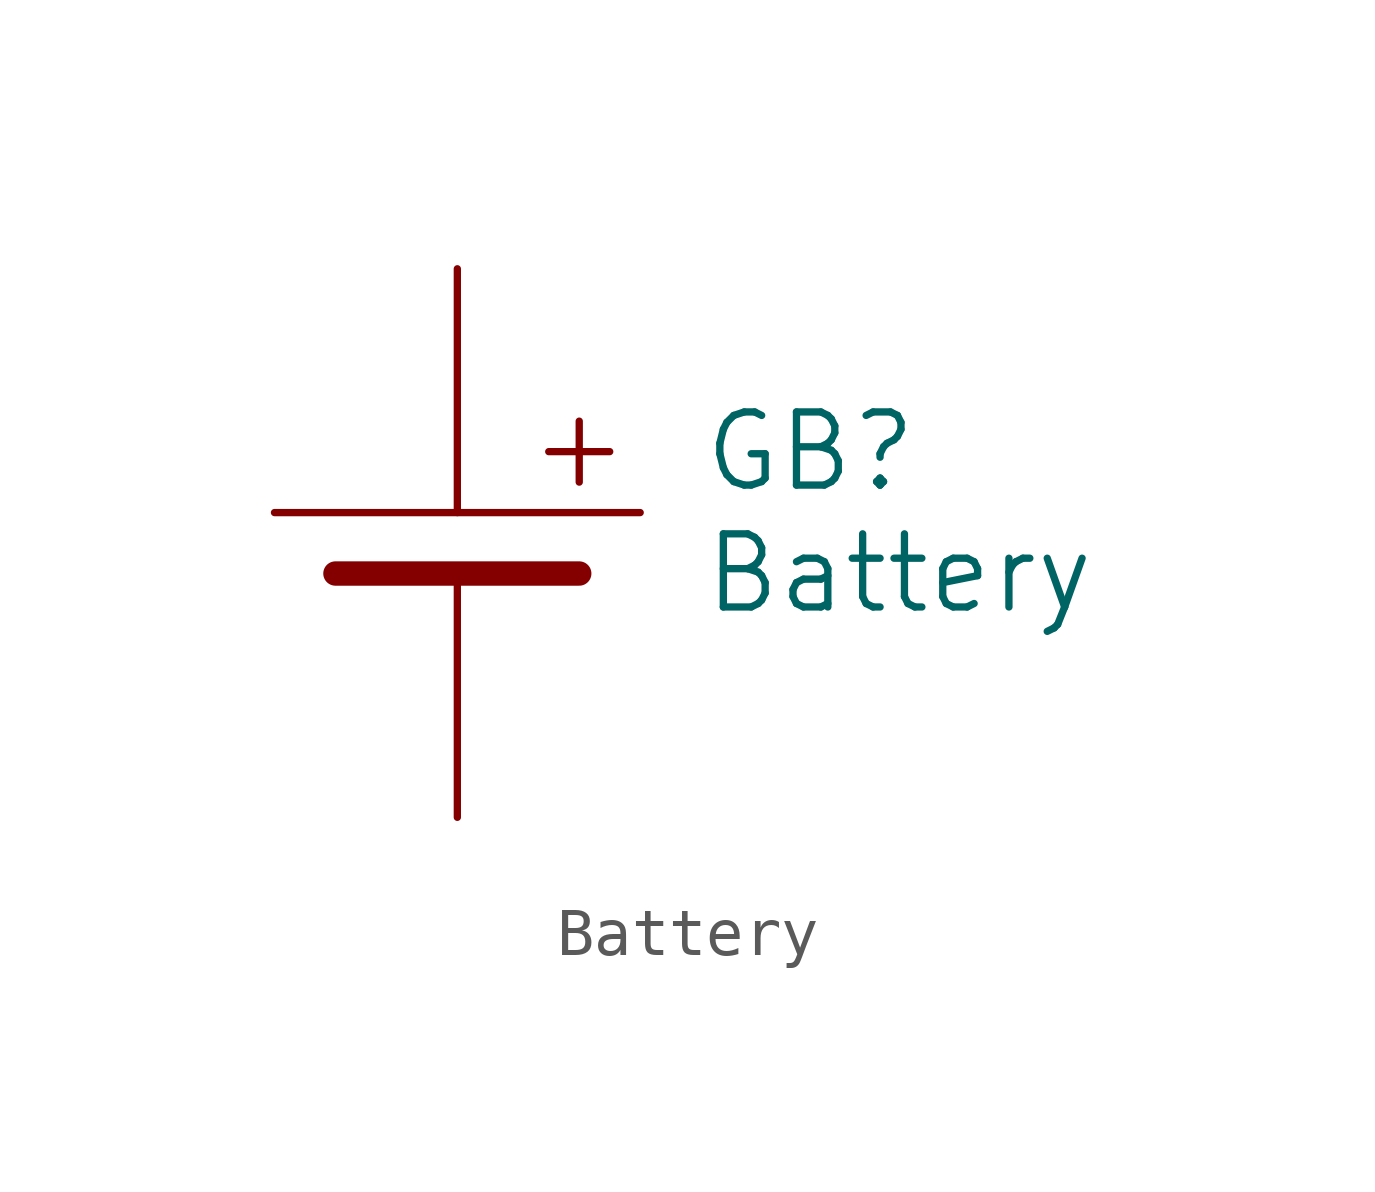
<source format=kicad_sym>
(kicad_symbol_lib
  (version 20220914)
  (generator kicad_symbol_editor)
  (symbol "Battery"
    (pin_numbers hide)
    (pin_names
      (offset 1.016) hide)
    (property "Reference" "GB"
      (at 5.08 1.27 0)
      (effects (font (size 1.524 1.524)) (justify left)))
    (property "Value" "Battery"
      (at 5.08 -1.27 0)
      (effects (font (size 1.524 1.524)) (justify left)))
    (property "Footprint" ""
      (at 0 5.08 0)
      (effects (font (size 1.524 1.524))))
    (property "Datasheet" ""
      (at 0 5.08 0)
      (effects (font (size 1.524 1.524))))
    (symbol "Battery_0_1"
      (polyline (pts (xy -2.54 -1.27) (xy 2.54 -1.27) (xy 2.54 -1.27)) (stroke (width 0.508) (type solid)) (fill (type none)))
      (polyline (pts (xy 1.905 1.27) (xy 3.175 1.27) (xy 3.175 1.27)) (stroke (width 0) (type solid)) (fill (type none)))
      (polyline (pts (xy 2.54 1.905) (xy 2.54 0.635) (xy 2.54 0.635)) (stroke (width 0) (type solid)) (fill (type none)))
      (polyline (pts (xy -3.81 0) (xy -3.81 0) (xy 3.81 0) (xy 3.81 0) (xy 3.81 0)) (stroke (width 0) (type solid)) (fill (type none))))
    (symbol "Battery_1_1"
      (pin power_out line (at 0 5.08 270) (length 5.08) (name "+" (effects (font (size 1.27 1.27)))) (number "A" (effects (font (size 1.27 1.27)))))
      (pin power_out line (at 0 -6.35 90) (length 5.08) (name "-" (effects (font (size 1.27 1.27)))) (number "C" (effects (font (size 1.27 1.27))))))))
</source>
